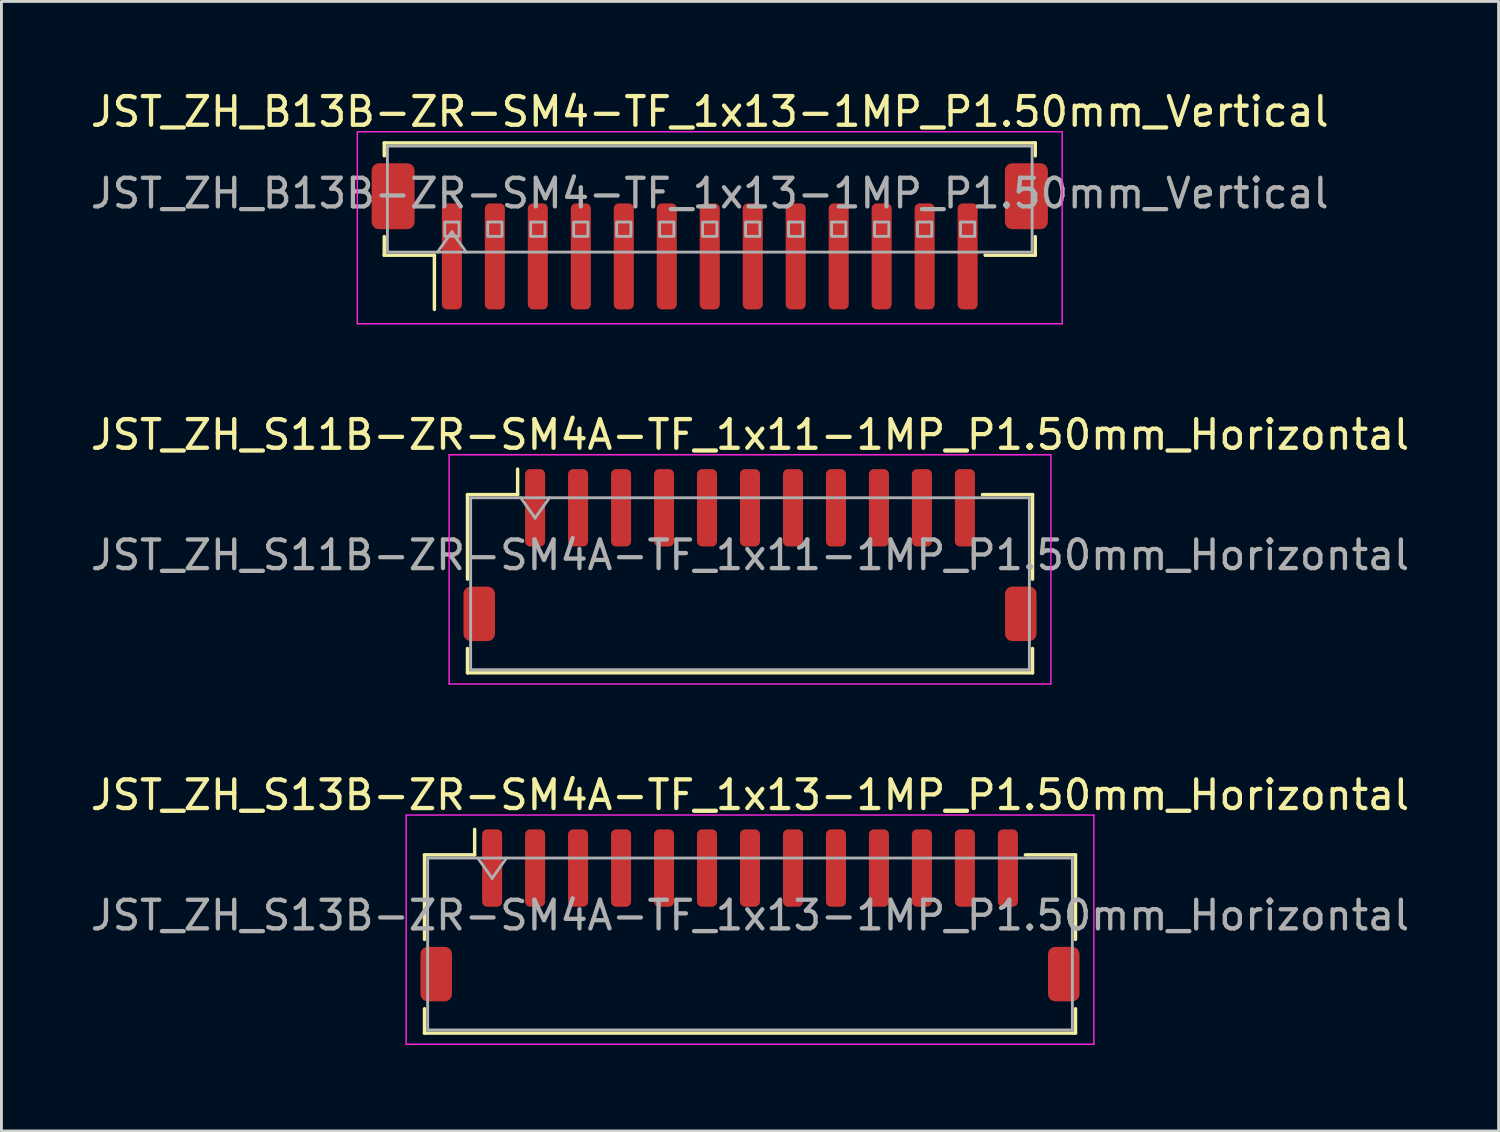
<source format=kicad_pcb>
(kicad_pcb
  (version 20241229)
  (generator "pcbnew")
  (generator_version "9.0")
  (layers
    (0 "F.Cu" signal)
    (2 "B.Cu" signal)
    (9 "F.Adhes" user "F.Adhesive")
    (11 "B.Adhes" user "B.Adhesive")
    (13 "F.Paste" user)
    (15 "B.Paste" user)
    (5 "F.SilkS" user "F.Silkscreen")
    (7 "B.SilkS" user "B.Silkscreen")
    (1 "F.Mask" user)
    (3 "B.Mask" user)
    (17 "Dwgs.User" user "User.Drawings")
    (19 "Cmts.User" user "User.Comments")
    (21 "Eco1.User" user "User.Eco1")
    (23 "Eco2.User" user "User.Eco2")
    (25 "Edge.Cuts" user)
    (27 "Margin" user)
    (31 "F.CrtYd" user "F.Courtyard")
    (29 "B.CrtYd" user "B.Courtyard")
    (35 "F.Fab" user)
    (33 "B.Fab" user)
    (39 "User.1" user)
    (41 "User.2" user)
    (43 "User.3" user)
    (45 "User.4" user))
  (footprint "JST_ZH_B13B-ZR-SM4-TF_1x13-1MP_P1.50mm_Vertical"
    (layer "F.Cu")
    (at 21.72 5.198)
    (property "Reference" "JST_ZH_B13B-ZR-SM4-TF_1x13-1MP_P1.50mm_Vertical" (at 0 -4.35 0) (layer "F.SilkS") (effects (font (size 1 1) (thickness 0.15))))
    (attr smd)
    (fp_line (start -11.36 -3.26) (end 11.36 -3.26) (stroke (width 0.12) (type solid)) (layer "F.SilkS"))
    (fp_line (start -11.36 -2.81) (end -11.36 -3.26) (stroke (width 0.12) (type solid)) (layer "F.SilkS"))
    (fp_line (start -11.36 0.01) (end -11.36 0.66) (stroke (width 0.12) (type solid)) (layer "F.SilkS"))
    (fp_line (start -11.36 0.66) (end -9.61 0.66) (stroke (width 0.12) (type solid)) (layer "F.SilkS"))
    (fp_line (start -9.61 0.66) (end -9.61 2.55) (stroke (width 0.12) (type solid)) (layer "F.SilkS"))
    (fp_line (start 11.36 -3.26) (end 11.36 -2.81) (stroke (width 0.12) (type solid)) (layer "F.SilkS"))
    (fp_line (start 11.36 0.01) (end 11.36 0.66) (stroke (width 0.12) (type solid)) (layer "F.SilkS"))
    (fp_line (start 11.36 0.66) (end 9.61 0.66) (stroke (width 0.12) (type solid)) (layer "F.SilkS"))
    (fp_line (start -12.3 -3.65) (end -12.3 3.05) (stroke (width 0.05) (type solid)) (layer "F.CrtYd"))
    (fp_line (start -12.3 3.05) (end 12.3 3.05) (stroke (width 0.05) (type solid)) (layer "F.CrtYd"))
    (fp_line (start 12.3 -3.65) (end -12.3 -3.65) (stroke (width 0.05) (type solid)) (layer "F.CrtYd"))
    (fp_line (start 12.3 3.05) (end 12.3 -3.65) (stroke (width 0.05) (type solid)) (layer "F.CrtYd"))
    (fp_line (start -11.25 -3.15) (end 11.25 -3.15) (stroke (width 0.1) (type solid)) (layer "F.Fab"))
    (fp_line (start -11.25 0.55) (end -11.25 -3.15) (stroke (width 0.1) (type solid)) (layer "F.Fab"))
    (fp_line (start -11.25 0.55) (end 11.25 0.55) (stroke (width 0.1) (type solid)) (layer "F.Fab"))
    (fp_line (start -9.5 0.55) (end -9 -0.157) (stroke (width 0.1) (type solid)) (layer "F.Fab"))
    (fp_line (start -9 -0.157) (end -8.5 0.55) (stroke (width 0.1) (type solid)) (layer "F.Fab"))
    (fp_line (start 11.25 0.55) (end 11.25 -3.15) (stroke (width 0.1) (type solid)) (layer "F.Fab"))
    (fp_rect (start -9.25 -0.5) (end -8.75 0) (stroke (width 0.1) (type solid)) (fill no) (layer "F.Fab"))
    (fp_rect (start -7.75 -0.5) (end -7.25 0) (stroke (width 0.1) (type solid)) (fill no) (layer "F.Fab"))
    (fp_rect (start -6.25 -0.5) (end -5.75 0) (stroke (width 0.1) (type solid)) (fill no) (layer "F.Fab"))
    (fp_rect (start -4.75 -0.5) (end -4.25 0) (stroke (width 0.1) (type solid)) (fill no) (layer "F.Fab"))
    (fp_rect (start -3.25 -0.5) (end -2.75 0) (stroke (width 0.1) (type solid)) (fill no) (layer "F.Fab"))
    (fp_rect (start -1.75 -0.5) (end -1.25 0) (stroke (width 0.1) (type solid)) (fill no) (layer "F.Fab"))
    (fp_rect (start -0.25 -0.5) (end 0.25 0) (stroke (width 0.1) (type solid)) (fill no) (layer "F.Fab"))
    (fp_rect (start 1.25 -0.5) (end 1.75 0) (stroke (width 0.1) (type solid)) (fill no) (layer "F.Fab"))
    (fp_rect (start 2.75 -0.5) (end 3.25 0) (stroke (width 0.1) (type solid)) (fill no) (layer "F.Fab"))
    (fp_rect (start 4.25 -0.5) (end 4.75 0) (stroke (width 0.1) (type solid)) (fill no) (layer "F.Fab"))
    (fp_rect (start 5.75 -0.5) (end 6.25 0) (stroke (width 0.1) (type solid)) (fill no) (layer "F.Fab"))
    (fp_rect (start 7.25 -0.5) (end 7.75 0) (stroke (width 0.1) (type solid)) (fill no) (layer "F.Fab"))
    (fp_rect (start 8.75 -0.5) (end 9.25 0) (stroke (width 0.1) (type solid)) (fill no) (layer "F.Fab"))
    (fp_text user "${REFERENCE}" (at 0 -1.5 0) (layer "F.Fab") (effects (font (size 1 1) (thickness 0.15))))
    (pad "1" smd roundrect (at -9 0.7) (size 0.7 3.7) (layers "F.Cu" "F.Mask" "F.Paste") (roundrect_rratio 0.25))
    (pad "2" smd roundrect (at -7.5 0.7) (size 0.7 3.7) (layers "F.Cu" "F.Mask" "F.Paste") (roundrect_rratio 0.25))
    (pad "3" smd roundrect (at -6 0.7) (size 0.7 3.7) (layers "F.Cu" "F.Mask" "F.Paste") (roundrect_rratio 0.25))
    (pad "4" smd roundrect (at -4.5 0.7) (size 0.7 3.7) (layers "F.Cu" "F.Mask" "F.Paste") (roundrect_rratio 0.25))
    (pad "5" smd roundrect (at -3 0.7) (size 0.7 3.7) (layers "F.Cu" "F.Mask" "F.Paste") (roundrect_rratio 0.25))
    (pad "6" smd roundrect (at -1.5 0.7) (size 0.7 3.7) (layers "F.Cu" "F.Mask" "F.Paste") (roundrect_rratio 0.25))
    (pad "7" smd roundrect (at 0 0.7) (size 0.7 3.7) (layers "F.Cu" "F.Mask" "F.Paste") (roundrect_rratio 0.25))
    (pad "8" smd roundrect (at 1.5 0.7) (size 0.7 3.7) (layers "F.Cu" "F.Mask" "F.Paste") (roundrect_rratio 0.25))
    (pad "9" smd roundrect (at 3 0.7) (size 0.7 3.7) (layers "F.Cu" "F.Mask" "F.Paste") (roundrect_rratio 0.25))
    (pad "10" smd roundrect (at 4.5 0.7) (size 0.7 3.7) (layers "F.Cu" "F.Mask" "F.Paste") (roundrect_rratio 0.25))
    (pad "11" smd roundrect (at 6 0.7) (size 0.7 3.7) (layers "F.Cu" "F.Mask" "F.Paste") (roundrect_rratio 0.25))
    (pad "12" smd roundrect (at 7.5 0.7) (size 0.7 3.7) (layers "F.Cu" "F.Mask" "F.Paste") (roundrect_rratio 0.25))
    (pad "13" smd roundrect (at 9 0.7) (size 0.7 3.7) (layers "F.Cu" "F.Mask" "F.Paste") (roundrect_rratio 0.25))
    (pad "MP" smd roundrect (at -11.05 -1.4) (size 1.5 2.3) (layers "F.Cu" "F.Mask" "F.Paste") (roundrect_rratio 0.167))
    (pad "MP" smd roundrect (at 11.05 -1.4) (size 1.5 2.3) (layers "F.Cu" "F.Mask" "F.Paste") (roundrect_rratio 0.167)))
  (footprint "JST_ZH_S11B-ZR-SM4A-TF_1x11-1MP_P1.50mm_Horizontal"
    (layer "F.Cu")
    (at 23.125 16.322)
    (property "Reference" "JST_ZH_S11B-ZR-SM4A-TF_1x11-1MP_P1.50mm_Horizontal" (at 0 -4.2 0) (layer "F.SilkS") (effects (font (size 1 1) (thickness 0.15))))
    (attr smd)
    (fp_line (start -9.86 -2.11) (end -8.11 -2.11) (stroke (width 0.12) (type solid)) (layer "F.SilkS"))
    (fp_line (start -9.86 0.84) (end -9.86 -2.11) (stroke (width 0.12) (type solid)) (layer "F.SilkS"))
    (fp_line (start -9.86 3.26) (end -9.86 4.11) (stroke (width 0.12) (type solid)) (layer "F.SilkS"))
    (fp_line (start -9.86 4.11) (end 9.86 4.11) (stroke (width 0.12) (type solid)) (layer "F.SilkS"))
    (fp_line (start -8.11 -2.11) (end -8.11 -3) (stroke (width 0.12) (type solid)) (layer "F.SilkS"))
    (fp_line (start 9.86 -2.11) (end 8.11 -2.11) (stroke (width 0.12) (type solid)) (layer "F.SilkS"))
    (fp_line (start 9.86 0.84) (end 9.86 -2.11) (stroke (width 0.12) (type solid)) (layer "F.SilkS"))
    (fp_line (start 9.86 4.11) (end 9.86 3.26) (stroke (width 0.12) (type solid)) (layer "F.SilkS"))
    (fp_line (start -10.5 -3.5) (end -10.5 4.5) (stroke (width 0.05) (type solid)) (layer "F.CrtYd"))
    (fp_line (start -10.5 4.5) (end 10.5 4.5) (stroke (width 0.05) (type solid)) (layer "F.CrtYd"))
    (fp_line (start 10.5 -3.5) (end -10.5 -3.5) (stroke (width 0.05) (type solid)) (layer "F.CrtYd"))
    (fp_line (start 10.5 4.5) (end 10.5 -3.5) (stroke (width 0.05) (type solid)) (layer "F.CrtYd"))
    (fp_line (start -9.75 -2) (end -9.75 4) (stroke (width 0.1) (type solid)) (layer "F.Fab"))
    (fp_line (start -9.75 -2) (end 9.75 -2) (stroke (width 0.1) (type solid)) (layer "F.Fab"))
    (fp_line (start -9.75 4) (end 9.75 4) (stroke (width 0.1) (type solid)) (layer "F.Fab"))
    (fp_line (start -8 -2) (end -7.5 -1.293) (stroke (width 0.1) (type solid)) (layer "F.Fab"))
    (fp_line (start -7.5 -1.293) (end -7 -2) (stroke (width 0.1) (type solid)) (layer "F.Fab"))
    (fp_line (start 9.75 -2) (end 9.75 4) (stroke (width 0.1) (type solid)) (layer "F.Fab"))
    (fp_text user "${REFERENCE}" (at 0 0 0) (layer "F.Fab") (effects (font (size 1 1) (thickness 0.15))))
    (pad "1" smd roundrect (at -7.5 -1.65) (size 0.7 2.7) (layers "F.Cu" "F.Mask" "F.Paste") (roundrect_rratio 0.25))
    (pad "2" smd roundrect (at -6 -1.65) (size 0.7 2.7) (layers "F.Cu" "F.Mask" "F.Paste") (roundrect_rratio 0.25))
    (pad "3" smd roundrect (at -4.5 -1.65) (size 0.7 2.7) (layers "F.Cu" "F.Mask" "F.Paste") (roundrect_rratio 0.25))
    (pad "4" smd roundrect (at -3 -1.65) (size 0.7 2.7) (layers "F.Cu" "F.Mask" "F.Paste") (roundrect_rratio 0.25))
    (pad "5" smd roundrect (at -1.5 -1.65) (size 0.7 2.7) (layers "F.Cu" "F.Mask" "F.Paste") (roundrect_rratio 0.25))
    (pad "6" smd roundrect (at 0 -1.65) (size 0.7 2.7) (layers "F.Cu" "F.Mask" "F.Paste") (roundrect_rratio 0.25))
    (pad "7" smd roundrect (at 1.5 -1.65) (size 0.7 2.7) (layers "F.Cu" "F.Mask" "F.Paste") (roundrect_rratio 0.25))
    (pad "8" smd roundrect (at 3 -1.65) (size 0.7 2.7) (layers "F.Cu" "F.Mask" "F.Paste") (roundrect_rratio 0.25))
    (pad "9" smd roundrect (at 4.5 -1.65) (size 0.7 2.7) (layers "F.Cu" "F.Mask" "F.Paste") (roundrect_rratio 0.25))
    (pad "10" smd roundrect (at 6 -1.65) (size 0.7 2.7) (layers "F.Cu" "F.Mask" "F.Paste") (roundrect_rratio 0.25))
    (pad "11" smd roundrect (at 7.5 -1.65) (size 0.7 2.7) (layers "F.Cu" "F.Mask" "F.Paste") (roundrect_rratio 0.25))
    (pad "MP" smd roundrect (at -9.45 2.05) (size 1.1 1.9) (layers "F.Cu" "F.Mask" "F.Paste") (roundrect_rratio 0.227))
    (pad "MP" smd roundrect (at 9.45 2.05) (size 1.1 1.9) (layers "F.Cu" "F.Mask" "F.Paste") (roundrect_rratio 0.227)))
  (footprint "JST_ZH_S13B-ZR-SM4A-TF_1x13-1MP_P1.50mm_Horizontal"
    (layer "F.Cu")
    (at 23.125 28.895)
    (property "Reference" "JST_ZH_S13B-ZR-SM4A-TF_1x13-1MP_P1.50mm_Horizontal" (at 0 -4.2 0) (layer "F.SilkS") (effects (font (size 1 1) (thickness 0.15))))
    (attr smd)
    (fp_line (start -11.36 -2.11) (end -9.61 -2.11) (stroke (width 0.12) (type solid)) (layer "F.SilkS"))
    (fp_line (start -11.36 0.84) (end -11.36 -2.11) (stroke (width 0.12) (type solid)) (layer "F.SilkS"))
    (fp_line (start -11.36 3.26) (end -11.36 4.11) (stroke (width 0.12) (type solid)) (layer "F.SilkS"))
    (fp_line (start -11.36 4.11) (end 11.36 4.11) (stroke (width 0.12) (type solid)) (layer "F.SilkS"))
    (fp_line (start -9.61 -2.11) (end -9.61 -3) (stroke (width 0.12) (type solid)) (layer "F.SilkS"))
    (fp_line (start 11.36 -2.11) (end 9.61 -2.11) (stroke (width 0.12) (type solid)) (layer "F.SilkS"))
    (fp_line (start 11.36 0.84) (end 11.36 -2.11) (stroke (width 0.12) (type solid)) (layer "F.SilkS"))
    (fp_line (start 11.36 4.11) (end 11.36 3.26) (stroke (width 0.12) (type solid)) (layer "F.SilkS"))
    (fp_line (start -12 -3.5) (end -12 4.5) (stroke (width 0.05) (type solid)) (layer "F.CrtYd"))
    (fp_line (start -12 4.5) (end 12 4.5) (stroke (width 0.05) (type solid)) (layer "F.CrtYd"))
    (fp_line (start 12 -3.5) (end -12 -3.5) (stroke (width 0.05) (type solid)) (layer "F.CrtYd"))
    (fp_line (start 12 4.5) (end 12 -3.5) (stroke (width 0.05) (type solid)) (layer "F.CrtYd"))
    (fp_line (start -11.25 -2) (end -11.25 4) (stroke (width 0.1) (type solid)) (layer "F.Fab"))
    (fp_line (start -11.25 -2) (end 11.25 -2) (stroke (width 0.1) (type solid)) (layer "F.Fab"))
    (fp_line (start -11.25 4) (end 11.25 4) (stroke (width 0.1) (type solid)) (layer "F.Fab"))
    (fp_line (start -9.5 -2) (end -9 -1.293) (stroke (width 0.1) (type solid)) (layer "F.Fab"))
    (fp_line (start -9 -1.293) (end -8.5 -2) (stroke (width 0.1) (type solid)) (layer "F.Fab"))
    (fp_line (start 11.25 -2) (end 11.25 4) (stroke (width 0.1) (type solid)) (layer "F.Fab"))
    (fp_text user "${REFERENCE}" (at 0 0 0) (layer "F.Fab") (effects (font (size 1 1) (thickness 0.15))))
    (pad "1" smd roundrect (at -9 -1.65) (size 0.7 2.7) (layers "F.Cu" "F.Mask" "F.Paste") (roundrect_rratio 0.25))
    (pad "2" smd roundrect (at -7.5 -1.65) (size 0.7 2.7) (layers "F.Cu" "F.Mask" "F.Paste") (roundrect_rratio 0.25))
    (pad "3" smd roundrect (at -6 -1.65) (size 0.7 2.7) (layers "F.Cu" "F.Mask" "F.Paste") (roundrect_rratio 0.25))
    (pad "4" smd roundrect (at -4.5 -1.65) (size 0.7 2.7) (layers "F.Cu" "F.Mask" "F.Paste") (roundrect_rratio 0.25))
    (pad "5" smd roundrect (at -3 -1.65) (size 0.7 2.7) (layers "F.Cu" "F.Mask" "F.Paste") (roundrect_rratio 0.25))
    (pad "6" smd roundrect (at -1.5 -1.65) (size 0.7 2.7) (layers "F.Cu" "F.Mask" "F.Paste") (roundrect_rratio 0.25))
    (pad "7" smd roundrect (at 0 -1.65) (size 0.7 2.7) (layers "F.Cu" "F.Mask" "F.Paste") (roundrect_rratio 0.25))
    (pad "8" smd roundrect (at 1.5 -1.65) (size 0.7 2.7) (layers "F.Cu" "F.Mask" "F.Paste") (roundrect_rratio 0.25))
    (pad "9" smd roundrect (at 3 -1.65) (size 0.7 2.7) (layers "F.Cu" "F.Mask" "F.Paste") (roundrect_rratio 0.25))
    (pad "10" smd roundrect (at 4.5 -1.65) (size 0.7 2.7) (layers "F.Cu" "F.Mask" "F.Paste") (roundrect_rratio 0.25))
    (pad "11" smd roundrect (at 6 -1.65) (size 0.7 2.7) (layers "F.Cu" "F.Mask" "F.Paste") (roundrect_rratio 0.25))
    (pad "12" smd roundrect (at 7.5 -1.65) (size 0.7 2.7) (layers "F.Cu" "F.Mask" "F.Paste") (roundrect_rratio 0.25))
    (pad "13" smd roundrect (at 9 -1.65) (size 0.7 2.7) (layers "F.Cu" "F.Mask" "F.Paste") (roundrect_rratio 0.25))
    (pad "MP" smd roundrect (at -10.95 2.05) (size 1.1 1.9) (layers "F.Cu" "F.Mask" "F.Paste") (roundrect_rratio 0.227))
    (pad "MP" smd roundrect (at 10.95 2.05) (size 1.1 1.9) (layers "F.Cu" "F.Mask" "F.Paste") (roundrect_rratio 0.227)))
  (gr_rect
    (start -3 -3)
    (end 49.25 36.42)
    (stroke (width 0.1) (type default))
    (fill no)
    (layer "Edge.Cuts")))
</source>
